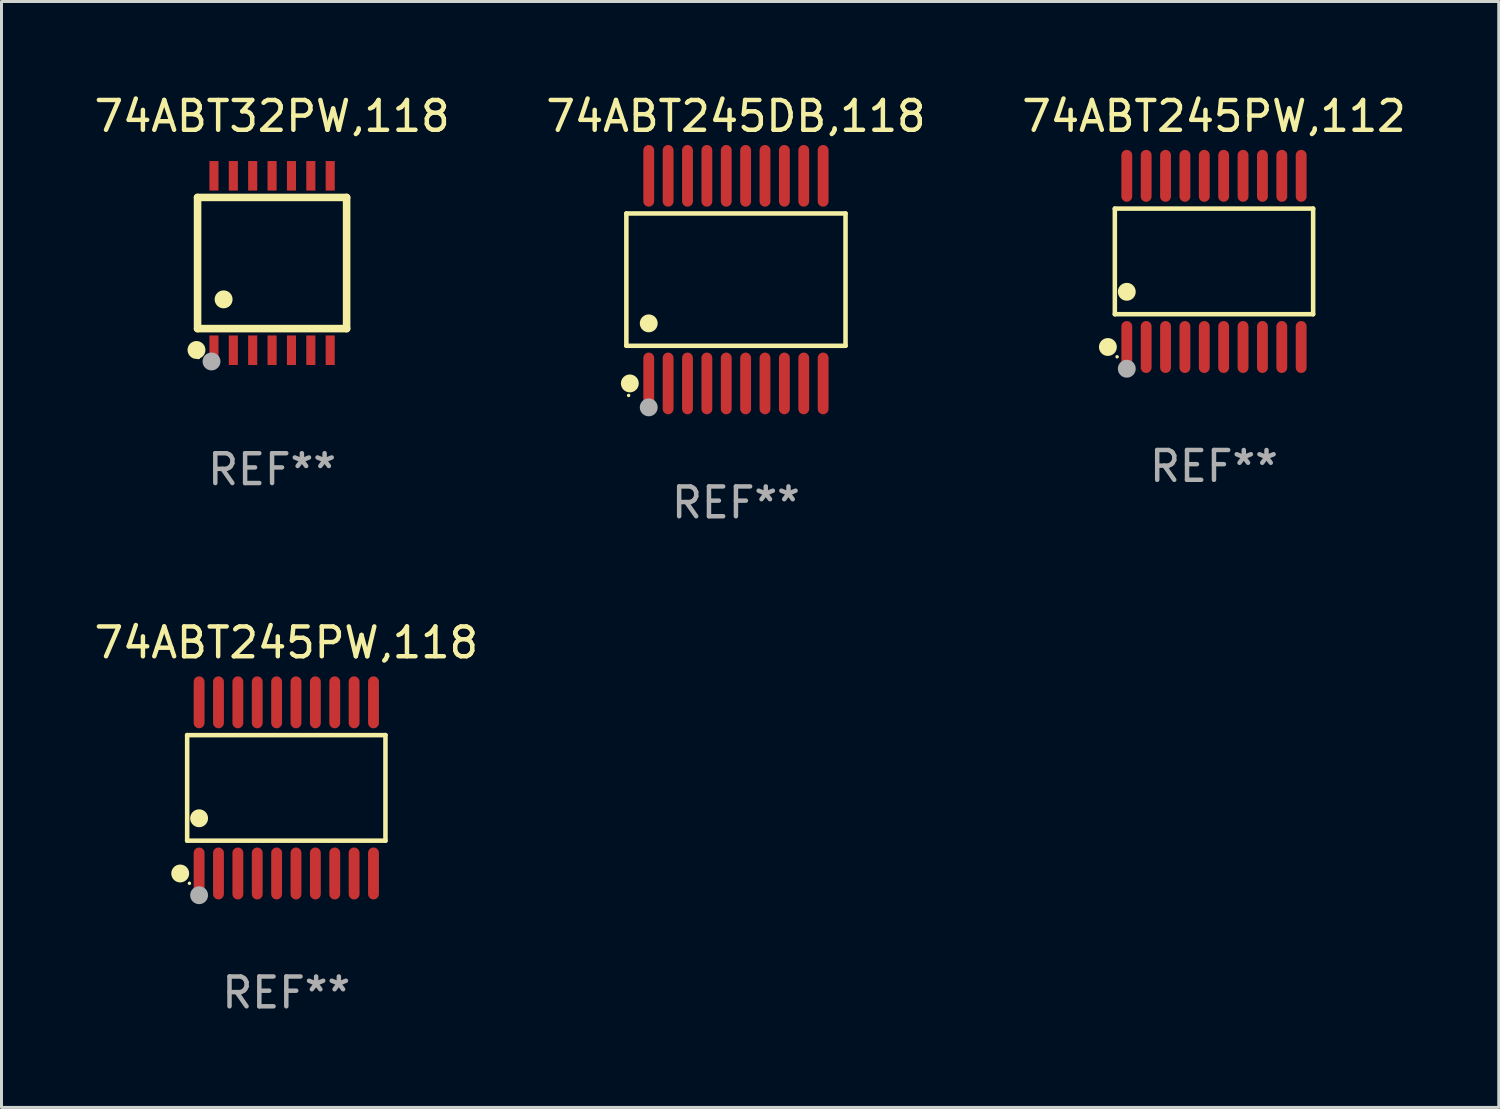
<source format=kicad_pcb>
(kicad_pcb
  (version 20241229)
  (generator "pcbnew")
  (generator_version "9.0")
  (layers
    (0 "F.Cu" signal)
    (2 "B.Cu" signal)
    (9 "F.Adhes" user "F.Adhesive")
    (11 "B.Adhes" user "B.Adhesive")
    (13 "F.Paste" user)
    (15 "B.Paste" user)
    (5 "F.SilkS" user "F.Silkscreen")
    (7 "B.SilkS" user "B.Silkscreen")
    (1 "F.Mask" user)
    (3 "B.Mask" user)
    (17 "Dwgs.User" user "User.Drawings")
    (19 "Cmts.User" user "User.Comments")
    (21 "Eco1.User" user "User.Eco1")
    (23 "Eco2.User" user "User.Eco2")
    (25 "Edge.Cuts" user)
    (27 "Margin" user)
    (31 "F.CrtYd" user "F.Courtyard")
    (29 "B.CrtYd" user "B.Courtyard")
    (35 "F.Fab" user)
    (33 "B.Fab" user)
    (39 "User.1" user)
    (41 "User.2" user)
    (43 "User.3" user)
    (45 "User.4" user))
  (footprint "74ABT245PW,112"
    (layer "F.Cu")
    (at 37.673 5.719)
    (property "Reference" "74ABT245PW,112" (at 0 -4.871 0) (layer "F.SilkS") (effects (font (size 1 1) (thickness 0.15))))
    (attr through_hole)
    (fp_line (start -3.326 -1.771) (end 3.326 -1.771) (stroke (width 0.152) (type solid)) (layer "F.SilkS"))
    (fp_line (start -3.326 1.771) (end -3.326 -1.771) (stroke (width 0.152) (type solid)) (layer "F.SilkS"))
    (fp_line (start 3.326 -1.771) (end 3.326 1.771) (stroke (width 0.152) (type solid)) (layer "F.SilkS"))
    (fp_line (start 3.326 1.771) (end -3.326 1.771) (stroke (width 0.152) (type solid)) (layer "F.SilkS"))
    (fp_circle (center -3.559 2.871) (end -3.409 2.871) (stroke (width 0.3) (type solid)) (fill no) (layer "F.SilkS"))
    (fp_circle (center -3.25 3.2) (end -3.22 3.2) (stroke (width 0.06) (type solid)) (fill no) (layer "F.SilkS"))
    (fp_circle (center -2.925 1.019) (end -2.775 1.019) (stroke (width 0.3) (type solid)) (fill no) (layer "F.SilkS"))
    (fp_circle (center -2.925 3.6) (end -2.775 3.6) (stroke (width 0.3) (type solid)) (fill no) (layer "F.Fab"))
    (fp_text user "REF**" (at 0 6.871 0) (layer "F.Fab") (effects (font (size 1 1) (thickness 0.15))))
    (pad "1" smd oval (at -2.925 2.871) (size 0.364 1.742) (layers "F.Cu" "F.Mask" "F.Paste"))
    (pad "2" smd oval (at -2.275 2.871) (size 0.364 1.742) (layers "F.Cu" "F.Mask" "F.Paste"))
    (pad "3" smd oval (at -1.625 2.871) (size 0.364 1.742) (layers "F.Cu" "F.Mask" "F.Paste"))
    (pad "4" smd oval (at -0.975 2.871) (size 0.364 1.742) (layers "F.Cu" "F.Mask" "F.Paste"))
    (pad "5" smd oval (at -0.325 2.871) (size 0.364 1.742) (layers "F.Cu" "F.Mask" "F.Paste"))
    (pad "6" smd oval (at 0.325 2.871) (size 0.364 1.742) (layers "F.Cu" "F.Mask" "F.Paste"))
    (pad "7" smd oval (at 0.975 2.871) (size 0.364 1.742) (layers "F.Cu" "F.Mask" "F.Paste"))
    (pad "8" smd oval (at 1.625 2.871) (size 0.364 1.742) (layers "F.Cu" "F.Mask" "F.Paste"))
    (pad "9" smd oval (at 2.275 2.871) (size 0.364 1.742) (layers "F.Cu" "F.Mask" "F.Paste"))
    (pad "10" smd oval (at 2.925 2.871) (size 0.364 1.742) (layers "F.Cu" "F.Mask" "F.Paste"))
    (pad "11" smd oval (at 2.925 -2.871) (size 0.364 1.742) (layers "F.Cu" "F.Mask" "F.Paste"))
    (pad "12" smd oval (at 2.275 -2.871) (size 0.364 1.742) (layers "F.Cu" "F.Mask" "F.Paste"))
    (pad "13" smd oval (at 1.625 -2.871) (size 0.364 1.742) (layers "F.Cu" "F.Mask" "F.Paste"))
    (pad "14" smd oval (at 0.975 -2.871) (size 0.364 1.742) (layers "F.Cu" "F.Mask" "F.Paste"))
    (pad "15" smd oval (at 0.325 -2.871) (size 0.364 1.742) (layers "F.Cu" "F.Mask" "F.Paste"))
    (pad "16" smd oval (at -0.325 -2.871) (size 0.364 1.742) (layers "F.Cu" "F.Mask" "F.Paste"))
    (pad "17" smd oval (at -0.975 -2.871) (size 0.364 1.742) (layers "F.Cu" "F.Mask" "F.Paste"))
    (pad "18" smd oval (at -1.625 -2.871) (size 0.364 1.742) (layers "F.Cu" "F.Mask" "F.Paste"))
    (pad "19" smd oval (at -2.275 -2.871) (size 0.364 1.742) (layers "F.Cu" "F.Mask" "F.Paste"))
    (pad "20" smd oval (at -2.925 -2.871) (size 0.364 1.742) (layers "F.Cu" "F.Mask" "F.Paste")))
  (footprint "74ABT32PW,118"
    (layer "F.Cu")
    (at 6.077 5.773)
    (property "Reference" "74ABT32PW,118" (at 0 -4.925 0) (layer "F.SilkS") (effects (font (size 1 1) (thickness 0.15))))
    (attr through_hole)
    (fp_line (start -2.5 2.2) (end -2.5 -2.2) (stroke (width 0.254) (type solid)) (layer "F.SilkS"))
    (fp_line (start -2.5 2.2) (end 2.5 2.2) (stroke (width 0.254) (type solid)) (layer "F.SilkS"))
    (fp_line (start 2.5 -2.2) (end -2.5 -2.2) (stroke (width 0.254) (type solid)) (layer "F.SilkS"))
    (fp_line (start 2.5 -2.2) (end 2.5 2.2) (stroke (width 0.254) (type solid)) (layer "F.SilkS"))
    (fp_circle (center -2.536 2.917) (end -2.386 2.917) (stroke (width 0.3) (type solid)) (fill no) (layer "F.SilkS"))
    (fp_circle (center -2.47 3.17) (end -2.44 3.17) (stroke (width 0.06) (type solid)) (fill no) (layer "F.SilkS"))
    (fp_circle (center -1.626 1.219) (end -1.475 1.219) (stroke (width 0.3) (type solid)) (fill no) (layer "F.SilkS"))
    (fp_circle (center -2.032 3.302) (end -1.882 3.302) (stroke (width 0.3) (type solid)) (fill no) (layer "F.Fab"))
    (fp_text user "REF**" (at 0 6.925 0) (layer "F.Fab") (effects (font (size 1 1) (thickness 0.15))))
    (pad "1" smd rect (at -1.95 2.925) (size 0.305 0.991) (layers "F.Cu" "F.Mask" "F.Paste"))
    (pad "2" smd rect (at -1.3 2.925) (size 0.305 0.991) (layers "F.Cu" "F.Mask" "F.Paste"))
    (pad "3" smd rect (at -0.65 2.925) (size 0.305 0.991) (layers "F.Cu" "F.Mask" "F.Paste"))
    (pad "4" smd rect (at 0 2.925) (size 0.305 0.991) (layers "F.Cu" "F.Mask" "F.Paste"))
    (pad "5" smd rect (at 0.65 2.925) (size 0.305 0.991) (layers "F.Cu" "F.Mask" "F.Paste"))
    (pad "6" smd rect (at 1.3 2.925) (size 0.305 0.991) (layers "F.Cu" "F.Mask" "F.Paste"))
    (pad "7" smd rect (at 1.95 2.925) (size 0.305 0.991) (layers "F.Cu" "F.Mask" "F.Paste"))
    (pad "8" smd rect (at 1.95 -2.925) (size 0.305 0.991) (layers "F.Cu" "F.Mask" "F.Paste"))
    (pad "9" smd rect (at 1.3 -2.925) (size 0.305 0.991) (layers "F.Cu" "F.Mask" "F.Paste"))
    (pad "10" smd rect (at 0.65 -2.925) (size 0.305 0.991) (layers "F.Cu" "F.Mask" "F.Paste"))
    (pad "11" smd rect (at 0 -2.925) (size 0.305 0.991) (layers "F.Cu" "F.Mask" "F.Paste"))
    (pad "12" smd rect (at -0.65 -2.925) (size 0.305 0.991) (layers "F.Cu" "F.Mask" "F.Paste"))
    (pad "13" smd rect (at -1.3 -2.925) (size 0.305 0.991) (layers "F.Cu" "F.Mask" "F.Paste"))
    (pad "14" smd rect (at -1.95 -2.925) (size 0.305 0.991) (layers "F.Cu" "F.Mask" "F.Paste")))
  (footprint "74ABT245PW,118"
    (layer "F.Cu")
    (at 6.554 23.38)
    (property "Reference" "74ABT245PW,118" (at 0 -4.871 0) (layer "F.SilkS") (effects (font (size 1 1) (thickness 0.15))))
    (attr through_hole)
    (fp_line (start -3.326 -1.771) (end 3.326 -1.771) (stroke (width 0.152) (type solid)) (layer "F.SilkS"))
    (fp_line (start -3.326 1.771) (end -3.326 -1.771) (stroke (width 0.152) (type solid)) (layer "F.SilkS"))
    (fp_line (start 3.326 -1.771) (end 3.326 1.771) (stroke (width 0.152) (type solid)) (layer "F.SilkS"))
    (fp_line (start 3.326 1.771) (end -3.326 1.771) (stroke (width 0.152) (type solid)) (layer "F.SilkS"))
    (fp_circle (center -3.559 2.871) (end -3.409 2.871) (stroke (width 0.3) (type solid)) (fill no) (layer "F.SilkS"))
    (fp_circle (center -3.25 3.2) (end -3.22 3.2) (stroke (width 0.06) (type solid)) (fill no) (layer "F.SilkS"))
    (fp_circle (center -2.925 1.019) (end -2.775 1.019) (stroke (width 0.3) (type solid)) (fill no) (layer "F.SilkS"))
    (fp_circle (center -2.925 3.6) (end -2.775 3.6) (stroke (width 0.3) (type solid)) (fill no) (layer "F.Fab"))
    (fp_text user "REF**" (at 0 6.871 0) (layer "F.Fab") (effects (font (size 1 1) (thickness 0.15))))
    (pad "1" smd oval (at -2.925 2.871) (size 0.364 1.742) (layers "F.Cu" "F.Mask" "F.Paste"))
    (pad "2" smd oval (at -2.275 2.871) (size 0.364 1.742) (layers "F.Cu" "F.Mask" "F.Paste"))
    (pad "3" smd oval (at -1.625 2.871) (size 0.364 1.742) (layers "F.Cu" "F.Mask" "F.Paste"))
    (pad "4" smd oval (at -0.975 2.871) (size 0.364 1.742) (layers "F.Cu" "F.Mask" "F.Paste"))
    (pad "5" smd oval (at -0.325 2.871) (size 0.364 1.742) (layers "F.Cu" "F.Mask" "F.Paste"))
    (pad "6" smd oval (at 0.325 2.871) (size 0.364 1.742) (layers "F.Cu" "F.Mask" "F.Paste"))
    (pad "7" smd oval (at 0.975 2.871) (size 0.364 1.742) (layers "F.Cu" "F.Mask" "F.Paste"))
    (pad "8" smd oval (at 1.625 2.871) (size 0.364 1.742) (layers "F.Cu" "F.Mask" "F.Paste"))
    (pad "9" smd oval (at 2.275 2.871) (size 0.364 1.742) (layers "F.Cu" "F.Mask" "F.Paste"))
    (pad "10" smd oval (at 2.925 2.871) (size 0.364 1.742) (layers "F.Cu" "F.Mask" "F.Paste"))
    (pad "11" smd oval (at 2.925 -2.871) (size 0.364 1.742) (layers "F.Cu" "F.Mask" "F.Paste"))
    (pad "12" smd oval (at 2.275 -2.871) (size 0.364 1.742) (layers "F.Cu" "F.Mask" "F.Paste"))
    (pad "13" smd oval (at 1.625 -2.871) (size 0.364 1.742) (layers "F.Cu" "F.Mask" "F.Paste"))
    (pad "14" smd oval (at 0.975 -2.871) (size 0.364 1.742) (layers "F.Cu" "F.Mask" "F.Paste"))
    (pad "15" smd oval (at 0.325 -2.871) (size 0.364 1.742) (layers "F.Cu" "F.Mask" "F.Paste"))
    (pad "16" smd oval (at -0.325 -2.871) (size 0.364 1.742) (layers "F.Cu" "F.Mask" "F.Paste"))
    (pad "17" smd oval (at -0.975 -2.871) (size 0.364 1.742) (layers "F.Cu" "F.Mask" "F.Paste"))
    (pad "18" smd oval (at -1.625 -2.871) (size 0.364 1.742) (layers "F.Cu" "F.Mask" "F.Paste"))
    (pad "19" smd oval (at -2.275 -2.871) (size 0.364 1.742) (layers "F.Cu" "F.Mask" "F.Paste"))
    (pad "20" smd oval (at -2.925 -2.871) (size 0.364 1.742) (layers "F.Cu" "F.Mask" "F.Paste")))
  (footprint "74ABT245DB,118"
    (layer "F.Cu")
    (at 21.637 6.33)
    (property "Reference" "74ABT245DB,118" (at 0 -5.482 0) (layer "F.SilkS") (effects (font (size 1 1) (thickness 0.15))))
    (attr through_hole)
    (fp_line (start -3.676 -2.219) (end 3.676 -2.219) (stroke (width 0.152) (type solid)) (layer "F.SilkS"))
    (fp_line (start -3.676 2.219) (end -3.676 -2.219) (stroke (width 0.152) (type solid)) (layer "F.SilkS"))
    (fp_line (start 3.676 -2.219) (end 3.676 2.219) (stroke (width 0.152) (type solid)) (layer "F.SilkS"))
    (fp_line (start 3.676 2.219) (end -3.676 2.219) (stroke (width 0.152) (type solid)) (layer "F.SilkS"))
    (fp_circle (center -3.6 3.885) (end -3.57 3.885) (stroke (width 0.06) (type solid)) (fill no) (layer "F.SilkS"))
    (fp_circle (center -3.559 3.482) (end -3.409 3.482) (stroke (width 0.3) (type solid)) (fill no) (layer "F.SilkS"))
    (fp_circle (center -2.925 1.467) (end -2.775 1.467) (stroke (width 0.3) (type solid)) (fill no) (layer "F.SilkS"))
    (fp_circle (center -2.925 4.285) (end -2.775 4.285) (stroke (width 0.3) (type solid)) (fill no) (layer "F.Fab"))
    (fp_text user "REF**" (at 0 7.482 0) (layer "F.Fab") (effects (font (size 1 1) (thickness 0.15))))
    (pad "1" smd oval (at -2.925 3.482) (size 0.364 2.069) (layers "F.Cu" "F.Mask" "F.Paste"))
    (pad "2" smd oval (at -2.275 3.482) (size 0.364 2.069) (layers "F.Cu" "F.Mask" "F.Paste"))
    (pad "3" smd oval (at -1.625 3.482) (size 0.364 2.069) (layers "F.Cu" "F.Mask" "F.Paste"))
    (pad "4" smd oval (at -0.975 3.482) (size 0.364 2.069) (layers "F.Cu" "F.Mask" "F.Paste"))
    (pad "5" smd oval (at -0.325 3.482) (size 0.364 2.069) (layers "F.Cu" "F.Mask" "F.Paste"))
    (pad "6" smd oval (at 0.325 3.482) (size 0.364 2.069) (layers "F.Cu" "F.Mask" "F.Paste"))
    (pad "7" smd oval (at 0.975 3.482) (size 0.364 2.069) (layers "F.Cu" "F.Mask" "F.Paste"))
    (pad "8" smd oval (at 1.625 3.482) (size 0.364 2.069) (layers "F.Cu" "F.Mask" "F.Paste"))
    (pad "9" smd oval (at 2.275 3.482) (size 0.364 2.069) (layers "F.Cu" "F.Mask" "F.Paste"))
    (pad "10" smd oval (at 2.925 3.482) (size 0.364 2.069) (layers "F.Cu" "F.Mask" "F.Paste"))
    (pad "11" smd oval (at 2.925 -3.482) (size 0.364 2.069) (layers "F.Cu" "F.Mask" "F.Paste"))
    (pad "12" smd oval (at 2.275 -3.482) (size 0.364 2.069) (layers "F.Cu" "F.Mask" "F.Paste"))
    (pad "13" smd oval (at 1.625 -3.482) (size 0.364 2.069) (layers "F.Cu" "F.Mask" "F.Paste"))
    (pad "14" smd oval (at 0.975 -3.482) (size 0.364 2.069) (layers "F.Cu" "F.Mask" "F.Paste"))
    (pad "15" smd oval (at 0.325 -3.482) (size 0.364 2.069) (layers "F.Cu" "F.Mask" "F.Paste"))
    (pad "16" smd oval (at -0.325 -3.482) (size 0.364 2.069) (layers "F.Cu" "F.Mask" "F.Paste"))
    (pad "17" smd oval (at -0.975 -3.482) (size 0.364 2.069) (layers "F.Cu" "F.Mask" "F.Paste"))
    (pad "18" smd oval (at -1.625 -3.482) (size 0.364 2.069) (layers "F.Cu" "F.Mask" "F.Paste"))
    (pad "19" smd oval (at -2.275 -3.482) (size 0.364 2.069) (layers "F.Cu" "F.Mask" "F.Paste"))
    (pad "20" smd oval (at -2.925 -3.482) (size 0.364 2.069) (layers "F.Cu" "F.Mask" "F.Paste")))
  (gr_rect
    (start -3 -3)
    (end 47.226 34.099)
    (stroke (width 0.1) (type default))
    (fill no)
    (layer "Edge.Cuts")))
</source>
